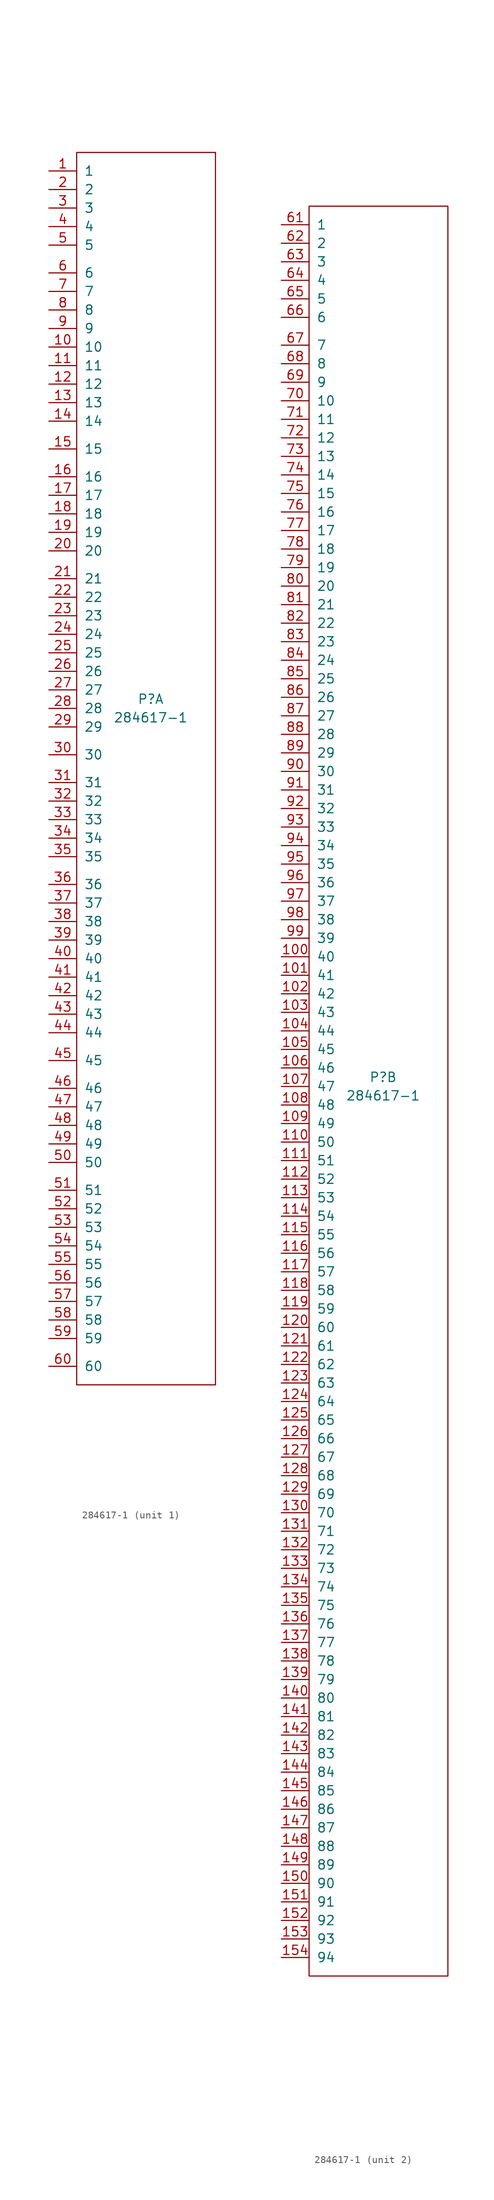
<source format=kicad_sym>
(kicad_symbol_lib
  (version 20211014)
  (generator kicad_symbol_editor)
  (symbol "284617-1"
    (pin_names
      (offset 1.016))
    (property "Reference" "P"
      (at 0 6.35 0)
      (effects (font (size 1.27 1.27))))
    (property "Value" "284617-1"
      (at 0 3.81 0)
      (effects (font (size 1.27 1.27))))
    (property "ki_locked" ""
      (at 0 0 0)
      (effects (font (size 1.27 1.27))))
    (symbol "284617-1_1_0"
      (rectangle (start -10.16 81.28) (end 8.89 -87.63) (stroke (width 0) (type default) (color 0 0 0 0)) (fill (type none))))
    (symbol "284617-1_1_1"
      (pin passive line (at -13.97 78.74 0) (length 3.81) (name "1" (effects (font (size 1.27 1.27)))) (number "1" (effects (font (size 1.27 1.27)))))
      (pin passive line (at -13.97 54.61 0) (length 3.81) (name "10" (effects (font (size 1.27 1.27)))) (number "10" (effects (font (size 1.27 1.27)))))
      (pin passive line (at -13.97 52.07 0) (length 3.81) (name "11" (effects (font (size 1.27 1.27)))) (number "11" (effects (font (size 1.27 1.27)))))
      (pin passive line (at -13.97 49.53 0) (length 3.81) (name "12" (effects (font (size 1.27 1.27)))) (number "12" (effects (font (size 1.27 1.27)))))
      (pin passive line (at -13.97 46.99 0) (length 3.81) (name "13" (effects (font (size 1.27 1.27)))) (number "13" (effects (font (size 1.27 1.27)))))
      (pin passive line (at -13.97 44.45 0) (length 3.81) (name "14" (effects (font (size 1.27 1.27)))) (number "14" (effects (font (size 1.27 1.27)))))
      (pin passive line (at -13.97 40.64 0) (length 3.81) (name "15" (effects (font (size 1.27 1.27)))) (number "15" (effects (font (size 1.27 1.27)))))
      (pin passive line (at -13.97 36.83 0) (length 3.81) (name "16" (effects (font (size 1.27 1.27)))) (number "16" (effects (font (size 1.27 1.27)))))
      (pin passive line (at -13.97 34.29 0) (length 3.81) (name "17" (effects (font (size 1.27 1.27)))) (number "17" (effects (font (size 1.27 1.27)))))
      (pin passive line (at -13.97 31.75 0) (length 3.81) (name "18" (effects (font (size 1.27 1.27)))) (number "18" (effects (font (size 1.27 1.27)))))
      (pin passive line (at -13.97 29.21 0) (length 3.81) (name "19" (effects (font (size 1.27 1.27)))) (number "19" (effects (font (size 1.27 1.27)))))
      (pin passive line (at -13.97 76.2 0) (length 3.81) (name "2" (effects (font (size 1.27 1.27)))) (number "2" (effects (font (size 1.27 1.27)))))
      (pin passive line (at -13.97 26.67 0) (length 3.81) (name "20" (effects (font (size 1.27 1.27)))) (number "20" (effects (font (size 1.27 1.27)))))
      (pin passive line (at -13.97 22.86 0) (length 3.81) (name "21" (effects (font (size 1.27 1.27)))) (number "21" (effects (font (size 1.27 1.27)))))
      (pin passive line (at -13.97 20.32 0) (length 3.81) (name "22" (effects (font (size 1.27 1.27)))) (number "22" (effects (font (size 1.27 1.27)))))
      (pin passive line (at -13.97 17.78 0) (length 3.81) (name "23" (effects (font (size 1.27 1.27)))) (number "23" (effects (font (size 1.27 1.27)))))
      (pin passive line (at -13.97 15.24 0) (length 3.81) (name "24" (effects (font (size 1.27 1.27)))) (number "24" (effects (font (size 1.27 1.27)))))
      (pin passive line (at -13.97 12.7 0) (length 3.81) (name "25" (effects (font (size 1.27 1.27)))) (number "25" (effects (font (size 1.27 1.27)))))
      (pin passive line (at -13.97 10.16 0) (length 3.81) (name "26" (effects (font (size 1.27 1.27)))) (number "26" (effects (font (size 1.27 1.27)))))
      (pin passive line (at -13.97 7.62 0) (length 3.81) (name "27" (effects (font (size 1.27 1.27)))) (number "27" (effects (font (size 1.27 1.27)))))
      (pin passive line (at -13.97 5.08 0) (length 3.81) (name "28" (effects (font (size 1.27 1.27)))) (number "28" (effects (font (size 1.27 1.27)))))
      (pin passive line (at -13.97 2.54 0) (length 3.81) (name "29" (effects (font (size 1.27 1.27)))) (number "29" (effects (font (size 1.27 1.27)))))
      (pin passive line (at -13.97 73.66 0) (length 3.81) (name "3" (effects (font (size 1.27 1.27)))) (number "3" (effects (font (size 1.27 1.27)))))
      (pin passive line (at -13.97 -1.27 0) (length 3.81) (name "30" (effects (font (size 1.27 1.27)))) (number "30" (effects (font (size 1.27 1.27)))))
      (pin passive line (at -13.97 -5.08 0) (length 3.81) (name "31" (effects (font (size 1.27 1.27)))) (number "31" (effects (font (size 1.27 1.27)))))
      (pin passive line (at -13.97 -7.62 0) (length 3.81) (name "32" (effects (font (size 1.27 1.27)))) (number "32" (effects (font (size 1.27 1.27)))))
      (pin passive line (at -13.97 -10.16 0) (length 3.81) (name "33" (effects (font (size 1.27 1.27)))) (number "33" (effects (font (size 1.27 1.27)))))
      (pin passive line (at -13.97 -12.7 0) (length 3.81) (name "34" (effects (font (size 1.27 1.27)))) (number "34" (effects (font (size 1.27 1.27)))))
      (pin passive line (at -13.97 -15.24 0) (length 3.81) (name "35" (effects (font (size 1.27 1.27)))) (number "35" (effects (font (size 1.27 1.27)))))
      (pin passive line (at -13.97 -19.05 0) (length 3.81) (name "36" (effects (font (size 1.27 1.27)))) (number "36" (effects (font (size 1.27 1.27)))))
      (pin passive line (at -13.97 -21.59 0) (length 3.81) (name "37" (effects (font (size 1.27 1.27)))) (number "37" (effects (font (size 1.27 1.27)))))
      (pin passive line (at -13.97 -24.13 0) (length 3.81) (name "38" (effects (font (size 1.27 1.27)))) (number "38" (effects (font (size 1.27 1.27)))))
      (pin passive line (at -13.97 -26.67 0) (length 3.81) (name "39" (effects (font (size 1.27 1.27)))) (number "39" (effects (font (size 1.27 1.27)))))
      (pin passive line (at -13.97 71.12 0) (length 3.81) (name "4" (effects (font (size 1.27 1.27)))) (number "4" (effects (font (size 1.27 1.27)))))
      (pin passive line (at -13.97 -29.21 0) (length 3.81) (name "40" (effects (font (size 1.27 1.27)))) (number "40" (effects (font (size 1.27 1.27)))))
      (pin passive line (at -13.97 -31.75 0) (length 3.81) (name "41" (effects (font (size 1.27 1.27)))) (number "41" (effects (font (size 1.27 1.27)))))
      (pin passive line (at -13.97 -34.29 0) (length 3.81) (name "42" (effects (font (size 1.27 1.27)))) (number "42" (effects (font (size 1.27 1.27)))))
      (pin passive line (at -13.97 -36.83 0) (length 3.81) (name "43" (effects (font (size 1.27 1.27)))) (number "43" (effects (font (size 1.27 1.27)))))
      (pin passive line (at -13.97 -39.37 0) (length 3.81) (name "44" (effects (font (size 1.27 1.27)))) (number "44" (effects (font (size 1.27 1.27)))))
      (pin passive line (at -13.97 -43.18 0) (length 3.81) (name "45" (effects (font (size 1.27 1.27)))) (number "45" (effects (font (size 1.27 1.27)))))
      (pin passive line (at -13.97 -46.99 0) (length 3.81) (name "46" (effects (font (size 1.27 1.27)))) (number "46" (effects (font (size 1.27 1.27)))))
      (pin passive line (at -13.97 -49.53 0) (length 3.81) (name "47" (effects (font (size 1.27 1.27)))) (number "47" (effects (font (size 1.27 1.27)))))
      (pin passive line (at -13.97 -52.07 0) (length 3.81) (name "48" (effects (font (size 1.27 1.27)))) (number "48" (effects (font (size 1.27 1.27)))))
      (pin passive line (at -13.97 -54.61 0) (length 3.81) (name "49" (effects (font (size 1.27 1.27)))) (number "49" (effects (font (size 1.27 1.27)))))
      (pin passive line (at -13.97 68.58 0) (length 3.81) (name "5" (effects (font (size 1.27 1.27)))) (number "5" (effects (font (size 1.27 1.27)))))
      (pin passive line (at -13.97 -57.15 0) (length 3.81) (name "50" (effects (font (size 1.27 1.27)))) (number "50" (effects (font (size 1.27 1.27)))))
      (pin passive line (at -13.97 -60.96 0) (length 3.81) (name "51" (effects (font (size 1.27 1.27)))) (number "51" (effects (font (size 1.27 1.27)))))
      (pin passive line (at -13.97 -63.5 0) (length 3.81) (name "52" (effects (font (size 1.27 1.27)))) (number "52" (effects (font (size 1.27 1.27)))))
      (pin passive line (at -13.97 -66.04 0) (length 3.81) (name "53" (effects (font (size 1.27 1.27)))) (number "53" (effects (font (size 1.27 1.27)))))
      (pin passive line (at -13.97 -68.58 0) (length 3.81) (name "54" (effects (font (size 1.27 1.27)))) (number "54" (effects (font (size 1.27 1.27)))))
      (pin passive line (at -13.97 -71.12 0) (length 3.81) (name "55" (effects (font (size 1.27 1.27)))) (number "55" (effects (font (size 1.27 1.27)))))
      (pin passive line (at -13.97 -73.66 0) (length 3.81) (name "56" (effects (font (size 1.27 1.27)))) (number "56" (effects (font (size 1.27 1.27)))))
      (pin passive line (at -13.97 -76.2 0) (length 3.81) (name "57" (effects (font (size 1.27 1.27)))) (number "57" (effects (font (size 1.27 1.27)))))
      (pin passive line (at -13.97 -78.74 0) (length 3.81) (name "58" (effects (font (size 1.27 1.27)))) (number "58" (effects (font (size 1.27 1.27)))))
      (pin passive line (at -13.97 -81.28 0) (length 3.81) (name "59" (effects (font (size 1.27 1.27)))) (number "59" (effects (font (size 1.27 1.27)))))
      (pin passive line (at -13.97 64.77 0) (length 3.81) (name "6" (effects (font (size 1.27 1.27)))) (number "6" (effects (font (size 1.27 1.27)))))
      (pin passive line (at -13.97 -85.09 0) (length 3.81) (name "60" (effects (font (size 1.27 1.27)))) (number "60" (effects (font (size 1.27 1.27)))))
      (pin passive line (at -13.97 62.23 0) (length 3.81) (name "7" (effects (font (size 1.27 1.27)))) (number "7" (effects (font (size 1.27 1.27)))))
      (pin passive line (at -13.97 59.69 0) (length 3.81) (name "8" (effects (font (size 1.27 1.27)))) (number "8" (effects (font (size 1.27 1.27)))))
      (pin passive line (at -13.97 57.15 0) (length 3.81) (name "9" (effects (font (size 1.27 1.27)))) (number "9" (effects (font (size 1.27 1.27))))))
    (symbol "284617-1_2_1"
      (rectangle (start -10.16 125.73) (end 8.89 -116.84) (stroke (width 0) (type default) (color 0 0 0 0)) (fill (type none)))
      (pin passive line (at -13.97 22.86 0) (length 3.81) (name "40" (effects (font (size 1.27 1.27)))) (number "100" (effects (font (size 1.27 1.27)))))
      (pin passive line (at -13.97 20.32 0) (length 3.81) (name "41" (effects (font (size 1.27 1.27)))) (number "101" (effects (font (size 1.27 1.27)))))
      (pin passive line (at -13.97 17.78 0) (length 3.81) (name "42" (effects (font (size 1.27 1.27)))) (number "102" (effects (font (size 1.27 1.27)))))
      (pin passive line (at -13.97 15.24 0) (length 3.81) (name "43" (effects (font (size 1.27 1.27)))) (number "103" (effects (font (size 1.27 1.27)))))
      (pin passive line (at -13.97 12.7 0) (length 3.81) (name "44" (effects (font (size 1.27 1.27)))) (number "104" (effects (font (size 1.27 1.27)))))
      (pin passive line (at -13.97 10.16 0) (length 3.81) (name "45" (effects (font (size 1.27 1.27)))) (number "105" (effects (font (size 1.27 1.27)))))
      (pin passive line (at -13.97 7.62 0) (length 3.81) (name "46" (effects (font (size 1.27 1.27)))) (number "106" (effects (font (size 1.27 1.27)))))
      (pin passive line (at -13.97 5.08 0) (length 3.81) (name "47" (effects (font (size 1.27 1.27)))) (number "107" (effects (font (size 1.27 1.27)))))
      (pin passive line (at -13.97 2.54 0) (length 3.81) (name "48" (effects (font (size 1.27 1.27)))) (number "108" (effects (font (size 1.27 1.27)))))
      (pin passive line (at -13.97 0 0) (length 3.81) (name "49" (effects (font (size 1.27 1.27)))) (number "109" (effects (font (size 1.27 1.27)))))
      (pin passive line (at -13.97 -2.54 0) (length 3.81) (name "50" (effects (font (size 1.27 1.27)))) (number "110" (effects (font (size 1.27 1.27)))))
      (pin passive line (at -13.97 -5.08 0) (length 3.81) (name "51" (effects (font (size 1.27 1.27)))) (number "111" (effects (font (size 1.27 1.27)))))
      (pin passive line (at -13.97 -7.62 0) (length 3.81) (name "52" (effects (font (size 1.27 1.27)))) (number "112" (effects (font (size 1.27 1.27)))))
      (pin passive line (at -13.97 -10.16 0) (length 3.81) (name "53" (effects (font (size 1.27 1.27)))) (number "113" (effects (font (size 1.27 1.27)))))
      (pin passive line (at -13.97 -12.7 0) (length 3.81) (name "54" (effects (font (size 1.27 1.27)))) (number "114" (effects (font (size 1.27 1.27)))))
      (pin passive line (at -13.97 -15.24 0) (length 3.81) (name "55" (effects (font (size 1.27 1.27)))) (number "115" (effects (font (size 1.27 1.27)))))
      (pin passive line (at -13.97 -17.78 0) (length 3.81) (name "56" (effects (font (size 1.27 1.27)))) (number "116" (effects (font (size 1.27 1.27)))))
      (pin passive line (at -13.97 -20.32 0) (length 3.81) (name "57" (effects (font (size 1.27 1.27)))) (number "117" (effects (font (size 1.27 1.27)))))
      (pin passive line (at -13.97 -22.86 0) (length 3.81) (name "58" (effects (font (size 1.27 1.27)))) (number "118" (effects (font (size 1.27 1.27)))))
      (pin passive line (at -13.97 -25.4 0) (length 3.81) (name "59" (effects (font (size 1.27 1.27)))) (number "119" (effects (font (size 1.27 1.27)))))
      (pin passive line (at -13.97 -27.94 0) (length 3.81) (name "60" (effects (font (size 1.27 1.27)))) (number "120" (effects (font (size 1.27 1.27)))))
      (pin passive line (at -13.97 -30.48 0) (length 3.81) (name "61" (effects (font (size 1.27 1.27)))) (number "121" (effects (font (size 1.27 1.27)))))
      (pin passive line (at -13.97 -33.02 0) (length 3.81) (name "62" (effects (font (size 1.27 1.27)))) (number "122" (effects (font (size 1.27 1.27)))))
      (pin passive line (at -13.97 -35.56 0) (length 3.81) (name "63" (effects (font (size 1.27 1.27)))) (number "123" (effects (font (size 1.27 1.27)))))
      (pin passive line (at -13.97 -38.1 0) (length 3.81) (name "64" (effects (font (size 1.27 1.27)))) (number "124" (effects (font (size 1.27 1.27)))))
      (pin passive line (at -13.97 -40.64 0) (length 3.81) (name "65" (effects (font (size 1.27 1.27)))) (number "125" (effects (font (size 1.27 1.27)))))
      (pin passive line (at -13.97 -43.18 0) (length 3.81) (name "66" (effects (font (size 1.27 1.27)))) (number "126" (effects (font (size 1.27 1.27)))))
      (pin passive line (at -13.97 -45.72 0) (length 3.81) (name "67" (effects (font (size 1.27 1.27)))) (number "127" (effects (font (size 1.27 1.27)))))
      (pin passive line (at -13.97 -48.26 0) (length 3.81) (name "68" (effects (font (size 1.27 1.27)))) (number "128" (effects (font (size 1.27 1.27)))))
      (pin passive line (at -13.97 -50.8 0) (length 3.81) (name "69" (effects (font (size 1.27 1.27)))) (number "129" (effects (font (size 1.27 1.27)))))
      (pin passive line (at -13.97 -53.34 0) (length 3.81) (name "70" (effects (font (size 1.27 1.27)))) (number "130" (effects (font (size 1.27 1.27)))))
      (pin passive line (at -13.97 -55.88 0) (length 3.81) (name "71" (effects (font (size 1.27 1.27)))) (number "131" (effects (font (size 1.27 1.27)))))
      (pin passive line (at -13.97 -58.42 0) (length 3.81) (name "72" (effects (font (size 1.27 1.27)))) (number "132" (effects (font (size 1.27 1.27)))))
      (pin passive line (at -13.97 -60.96 0) (length 3.81) (name "73" (effects (font (size 1.27 1.27)))) (number "133" (effects (font (size 1.27 1.27)))))
      (pin passive line (at -13.97 -63.5 0) (length 3.81) (name "74" (effects (font (size 1.27 1.27)))) (number "134" (effects (font (size 1.27 1.27)))))
      (pin passive line (at -13.97 -66.04 0) (length 3.81) (name "75" (effects (font (size 1.27 1.27)))) (number "135" (effects (font (size 1.27 1.27)))))
      (pin passive line (at -13.97 -68.58 0) (length 3.81) (name "76" (effects (font (size 1.27 1.27)))) (number "136" (effects (font (size 1.27 1.27)))))
      (pin passive line (at -13.97 -71.12 0) (length 3.81) (name "77" (effects (font (size 1.27 1.27)))) (number "137" (effects (font (size 1.27 1.27)))))
      (pin passive line (at -13.97 -73.66 0) (length 3.81) (name "78" (effects (font (size 1.27 1.27)))) (number "138" (effects (font (size 1.27 1.27)))))
      (pin passive line (at -13.97 -76.2 0) (length 3.81) (name "79" (effects (font (size 1.27 1.27)))) (number "139" (effects (font (size 1.27 1.27)))))
      (pin passive line (at -13.97 -78.74 0) (length 3.81) (name "80" (effects (font (size 1.27 1.27)))) (number "140" (effects (font (size 1.27 1.27)))))
      (pin passive line (at -13.97 -81.28 0) (length 3.81) (name "81" (effects (font (size 1.27 1.27)))) (number "141" (effects (font (size 1.27 1.27)))))
      (pin passive line (at -13.97 -83.82 0) (length 3.81) (name "82" (effects (font (size 1.27 1.27)))) (number "142" (effects (font (size 1.27 1.27)))))
      (pin passive line (at -13.97 -86.36 0) (length 3.81) (name "83" (effects (font (size 1.27 1.27)))) (number "143" (effects (font (size 1.27 1.27)))))
      (pin passive line (at -13.97 -88.9 0) (length 3.81) (name "84" (effects (font (size 1.27 1.27)))) (number "144" (effects (font (size 1.27 1.27)))))
      (pin passive line (at -13.97 -91.44 0) (length 3.81) (name "85" (effects (font (size 1.27 1.27)))) (number "145" (effects (font (size 1.27 1.27)))))
      (pin passive line (at -13.97 -93.98 0) (length 3.81) (name "86" (effects (font (size 1.27 1.27)))) (number "146" (effects (font (size 1.27 1.27)))))
      (pin passive line (at -13.97 -96.52 0) (length 3.81) (name "87" (effects (font (size 1.27 1.27)))) (number "147" (effects (font (size 1.27 1.27)))))
      (pin passive line (at -13.97 -99.06 0) (length 3.81) (name "88" (effects (font (size 1.27 1.27)))) (number "148" (effects (font (size 1.27 1.27)))))
      (pin passive line (at -13.97 -101.6 0) (length 3.81) (name "89" (effects (font (size 1.27 1.27)))) (number "149" (effects (font (size 1.27 1.27)))))
      (pin passive line (at -13.97 -104.14 0) (length 3.81) (name "90" (effects (font (size 1.27 1.27)))) (number "150" (effects (font (size 1.27 1.27)))))
      (pin passive line (at -13.97 -106.68 0) (length 3.81) (name "91" (effects (font (size 1.27 1.27)))) (number "151" (effects (font (size 1.27 1.27)))))
      (pin passive line (at -13.97 -109.22 0) (length 3.81) (name "92" (effects (font (size 1.27 1.27)))) (number "152" (effects (font (size 1.27 1.27)))))
      (pin passive line (at -13.97 -111.76 0) (length 3.81) (name "93" (effects (font (size 1.27 1.27)))) (number "153" (effects (font (size 1.27 1.27)))))
      (pin passive line (at -13.97 -114.3 0) (length 3.81) (name "94" (effects (font (size 1.27 1.27)))) (number "154" (effects (font (size 1.27 1.27)))))
      (pin passive line (at -13.97 123.19 0) (length 3.81) (name "1" (effects (font (size 1.27 1.27)))) (number "61" (effects (font (size 1.27 1.27)))))
      (pin passive line (at -13.97 120.65 0) (length 3.81) (name "2" (effects (font (size 1.27 1.27)))) (number "62" (effects (font (size 1.27 1.27)))))
      (pin passive line (at -13.97 118.11 0) (length 3.81) (name "3" (effects (font (size 1.27 1.27)))) (number "63" (effects (font (size 1.27 1.27)))))
      (pin passive line (at -13.97 115.57 0) (length 3.81) (name "4" (effects (font (size 1.27 1.27)))) (number "64" (effects (font (size 1.27 1.27)))))
      (pin passive line (at -13.97 113.03 0) (length 3.81) (name "5" (effects (font (size 1.27 1.27)))) (number "65" (effects (font (size 1.27 1.27)))))
      (pin passive line (at -13.97 110.49 0) (length 3.81) (name "6" (effects (font (size 1.27 1.27)))) (number "66" (effects (font (size 1.27 1.27)))))
      (pin passive line (at -13.97 106.68 0) (length 3.81) (name "7" (effects (font (size 1.27 1.27)))) (number "67" (effects (font (size 1.27 1.27)))))
      (pin passive line (at -13.97 104.14 0) (length 3.81) (name "8" (effects (font (size 1.27 1.27)))) (number "68" (effects (font (size 1.27 1.27)))))
      (pin passive line (at -13.97 101.6 0) (length 3.81) (name "9" (effects (font (size 1.27 1.27)))) (number "69" (effects (font (size 1.27 1.27)))))
      (pin passive line (at -13.97 99.06 0) (length 3.81) (name "10" (effects (font (size 1.27 1.27)))) (number "70" (effects (font (size 1.27 1.27)))))
      (pin passive line (at -13.97 96.52 0) (length 3.81) (name "11" (effects (font (size 1.27 1.27)))) (number "71" (effects (font (size 1.27 1.27)))))
      (pin passive line (at -13.97 93.98 0) (length 3.81) (name "12" (effects (font (size 1.27 1.27)))) (number "72" (effects (font (size 1.27 1.27)))))
      (pin passive line (at -13.97 91.44 0) (length 3.81) (name "13" (effects (font (size 1.27 1.27)))) (number "73" (effects (font (size 1.27 1.27)))))
      (pin passive line (at -13.97 88.9 0) (length 3.81) (name "14" (effects (font (size 1.27 1.27)))) (number "74" (effects (font (size 1.27 1.27)))))
      (pin passive line (at -13.97 86.36 0) (length 3.81) (name "15" (effects (font (size 1.27 1.27)))) (number "75" (effects (font (size 1.27 1.27)))))
      (pin passive line (at -13.97 83.82 0) (length 3.81) (name "16" (effects (font (size 1.27 1.27)))) (number "76" (effects (font (size 1.27 1.27)))))
      (pin passive line (at -13.97 81.28 0) (length 3.81) (name "17" (effects (font (size 1.27 1.27)))) (number "77" (effects (font (size 1.27 1.27)))))
      (pin passive line (at -13.97 78.74 0) (length 3.81) (name "18" (effects (font (size 1.27 1.27)))) (number "78" (effects (font (size 1.27 1.27)))))
      (pin passive line (at -13.97 76.2 0) (length 3.81) (name "19" (effects (font (size 1.27 1.27)))) (number "79" (effects (font (size 1.27 1.27)))))
      (pin passive line (at -13.97 73.66 0) (length 3.81) (name "20" (effects (font (size 1.27 1.27)))) (number "80" (effects (font (size 1.27 1.27)))))
      (pin passive line (at -13.97 71.12 0) (length 3.81) (name "21" (effects (font (size 1.27 1.27)))) (number "81" (effects (font (size 1.27 1.27)))))
      (pin passive line (at -13.97 68.58 0) (length 3.81) (name "22" (effects (font (size 1.27 1.27)))) (number "82" (effects (font (size 1.27 1.27)))))
      (pin passive line (at -13.97 66.04 0) (length 3.81) (name "23" (effects (font (size 1.27 1.27)))) (number "83" (effects (font (size 1.27 1.27)))))
      (pin passive line (at -13.97 63.5 0) (length 3.81) (name "24" (effects (font (size 1.27 1.27)))) (number "84" (effects (font (size 1.27 1.27)))))
      (pin passive line (at -13.97 60.96 0) (length 3.81) (name "25" (effects (font (size 1.27 1.27)))) (number "85" (effects (font (size 1.27 1.27)))))
      (pin passive line (at -13.97 58.42 0) (length 3.81) (name "26" (effects (font (size 1.27 1.27)))) (number "86" (effects (font (size 1.27 1.27)))))
      (pin passive line (at -13.97 55.88 0) (length 3.81) (name "27" (effects (font (size 1.27 1.27)))) (number "87" (effects (font (size 1.27 1.27)))))
      (pin passive line (at -13.97 53.34 0) (length 3.81) (name "28" (effects (font (size 1.27 1.27)))) (number "88" (effects (font (size 1.27 1.27)))))
      (pin passive line (at -13.97 50.8 0) (length 3.81) (name "29" (effects (font (size 1.27 1.27)))) (number "89" (effects (font (size 1.27 1.27)))))
      (pin passive line (at -13.97 48.26 0) (length 3.81) (name "30" (effects (font (size 1.27 1.27)))) (number "90" (effects (font (size 1.27 1.27)))))
      (pin passive line (at -13.97 45.72 0) (length 3.81) (name "31" (effects (font (size 1.27 1.27)))) (number "91" (effects (font (size 1.27 1.27)))))
      (pin passive line (at -13.97 43.18 0) (length 3.81) (name "32" (effects (font (size 1.27 1.27)))) (number "92" (effects (font (size 1.27 1.27)))))
      (pin passive line (at -13.97 40.64 0) (length 3.81) (name "33" (effects (font (size 1.27 1.27)))) (number "93" (effects (font (size 1.27 1.27)))))
      (pin passive line (at -13.97 38.1 0) (length 3.81) (name "34" (effects (font (size 1.27 1.27)))) (number "94" (effects (font (size 1.27 1.27)))))
      (pin passive line (at -13.97 35.56 0) (length 3.81) (name "35" (effects (font (size 1.27 1.27)))) (number "95" (effects (font (size 1.27 1.27)))))
      (pin passive line (at -13.97 33.02 0) (length 3.81) (name "36" (effects (font (size 1.27 1.27)))) (number "96" (effects (font (size 1.27 1.27)))))
      (pin passive line (at -13.97 30.48 0) (length 3.81) (name "37" (effects (font (size 1.27 1.27)))) (number "97" (effects (font (size 1.27 1.27)))))
      (pin passive line (at -13.97 27.94 0) (length 3.81) (name "38" (effects (font (size 1.27 1.27)))) (number "98" (effects (font (size 1.27 1.27)))))
      (pin passive line (at -13.97 25.4 0) (length 3.81) (name "39" (effects (font (size 1.27 1.27)))) (number "99" (effects (font (size 1.27 1.27))))))))
</source>
